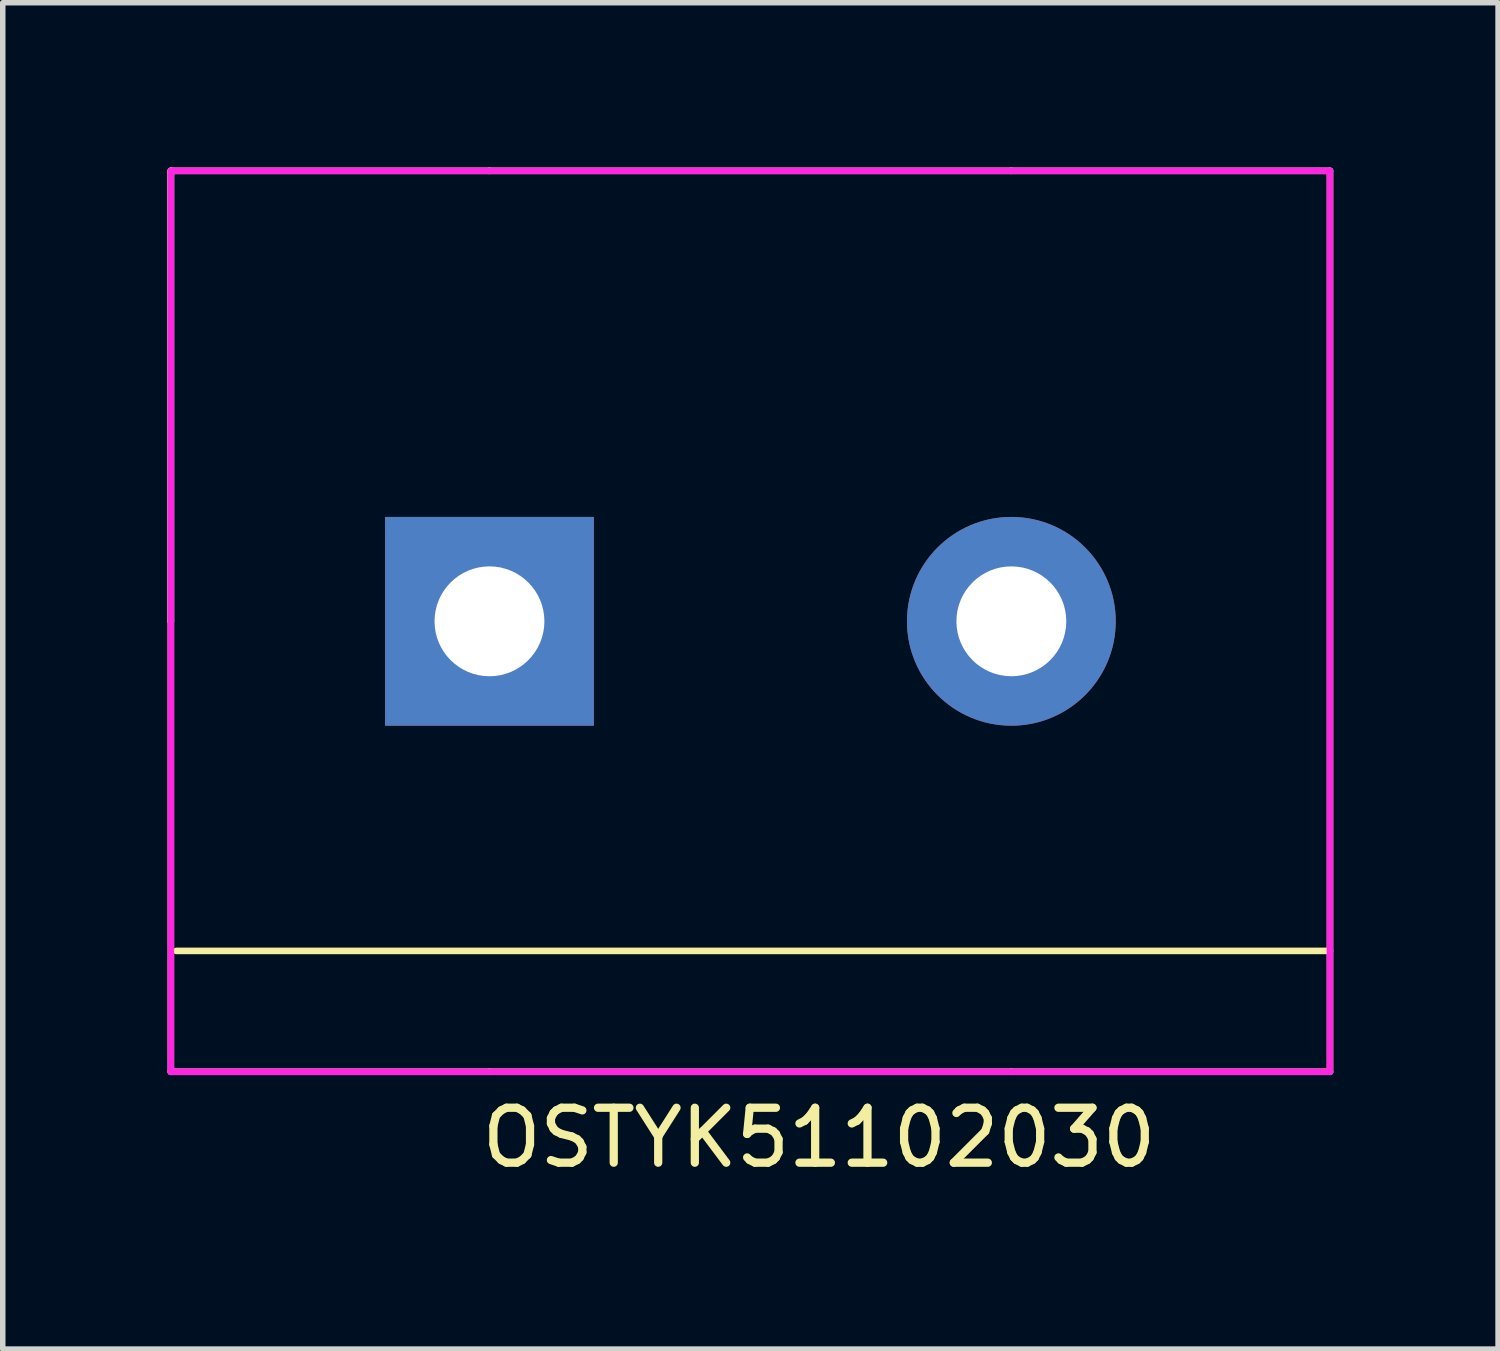
<source format=kicad_pcb>
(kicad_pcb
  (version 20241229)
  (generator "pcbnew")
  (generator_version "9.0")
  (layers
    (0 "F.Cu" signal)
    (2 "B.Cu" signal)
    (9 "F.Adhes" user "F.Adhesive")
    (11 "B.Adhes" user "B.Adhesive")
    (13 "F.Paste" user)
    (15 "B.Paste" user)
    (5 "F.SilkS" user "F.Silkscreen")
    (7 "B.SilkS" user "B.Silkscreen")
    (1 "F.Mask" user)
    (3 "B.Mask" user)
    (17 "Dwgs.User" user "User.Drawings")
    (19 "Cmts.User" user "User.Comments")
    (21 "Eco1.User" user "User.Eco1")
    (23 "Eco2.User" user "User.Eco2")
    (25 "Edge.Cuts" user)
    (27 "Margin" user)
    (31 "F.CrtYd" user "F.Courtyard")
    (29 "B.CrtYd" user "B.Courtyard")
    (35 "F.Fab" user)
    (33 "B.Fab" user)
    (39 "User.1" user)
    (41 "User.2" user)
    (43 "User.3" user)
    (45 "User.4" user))
  (footprint "OSTYK51102030"
    (layer "F.Cu")
    (at 5.86 8.26)
    (property "Reference" "OSTYK51102030" (at 6 9.4 0) (unlocked yes) (layer "F.SilkS") (effects (font (size 1 1) (thickness 0.15))))
    (attr through_hole)
    (fp_line (start -5.8 -8.2) (end -5.8 0) (stroke (width 0.12) (type solid)) (layer "F.SilkS"))
    (fp_line (start -5.8 -8.2) (end 0 -8.2) (stroke (width 0.12) (type solid)) (layer "F.SilkS"))
    (fp_line (start -5.8 0) (end -5.8 -8.2) (stroke (width 0.12) (type solid)) (layer "F.SilkS"))
    (fp_line (start -5.8 0) (end -5.8 8.2) (stroke (width 0.12) (type solid)) (layer "F.SilkS"))
    (fp_line (start -5.8 8.2) (end 0 8.2) (stroke (width 0.12) (type solid)) (layer "F.SilkS"))
    (fp_line (start -5.7 6) (end 15.3 6) (stroke (width 0.12) (type solid)) (layer "F.SilkS"))
    (fp_line (start 0 -8.2) (end 9.5 -8.2) (stroke (width 0.12) (type solid)) (layer "F.SilkS"))
    (fp_line (start 0 8.2) (end 9.5 8.2) (stroke (width 0.12) (type solid)) (layer "F.SilkS"))
    (fp_line (start 9.5 -8.2) (end 15.3 -8.2) (stroke (width 0.12) (type solid)) (layer "F.SilkS"))
    (fp_line (start 15.3 -8.2) (end 15.3 8.2) (stroke (width 0.12) (type solid)) (layer "F.SilkS"))
    (fp_line (start 15.3 8.2) (end 9.5 8.2) (stroke (width 0.12) (type solid)) (layer "F.SilkS"))
    (fp_line (start -5.8 -8.2) (end 15.3 -8.2) (stroke (width 0.12) (type solid)) (layer "F.CrtYd"))
    (fp_line (start -5.8 8.2) (end -5.8 -8.2) (stroke (width 0.12) (type solid)) (layer "F.CrtYd"))
    (fp_line (start 15.3 -8.2) (end 15.3 8.2) (stroke (width 0.12) (type solid)) (layer "F.CrtYd"))
    (fp_line (start 15.3 8.2) (end -5.8 8.2) (stroke (width 0.12) (type solid)) (layer "F.CrtYd"))
    (pad "1" thru_hole rect (at 0 0) (size 3.8 3.8) (drill 2) (layers "*.Cu" "*.Mask"))
    (pad "2" thru_hole circle (at 9.5 0) (size 3.8 3.8) (drill 2) (layers "*.Cu" "*.Mask")))
  (gr_rect
    (start -3 -3)
    (end 24.22 21.508)
    (stroke (width 0.1) (type default))
    (fill no)
    (layer "Edge.Cuts")))
</source>
